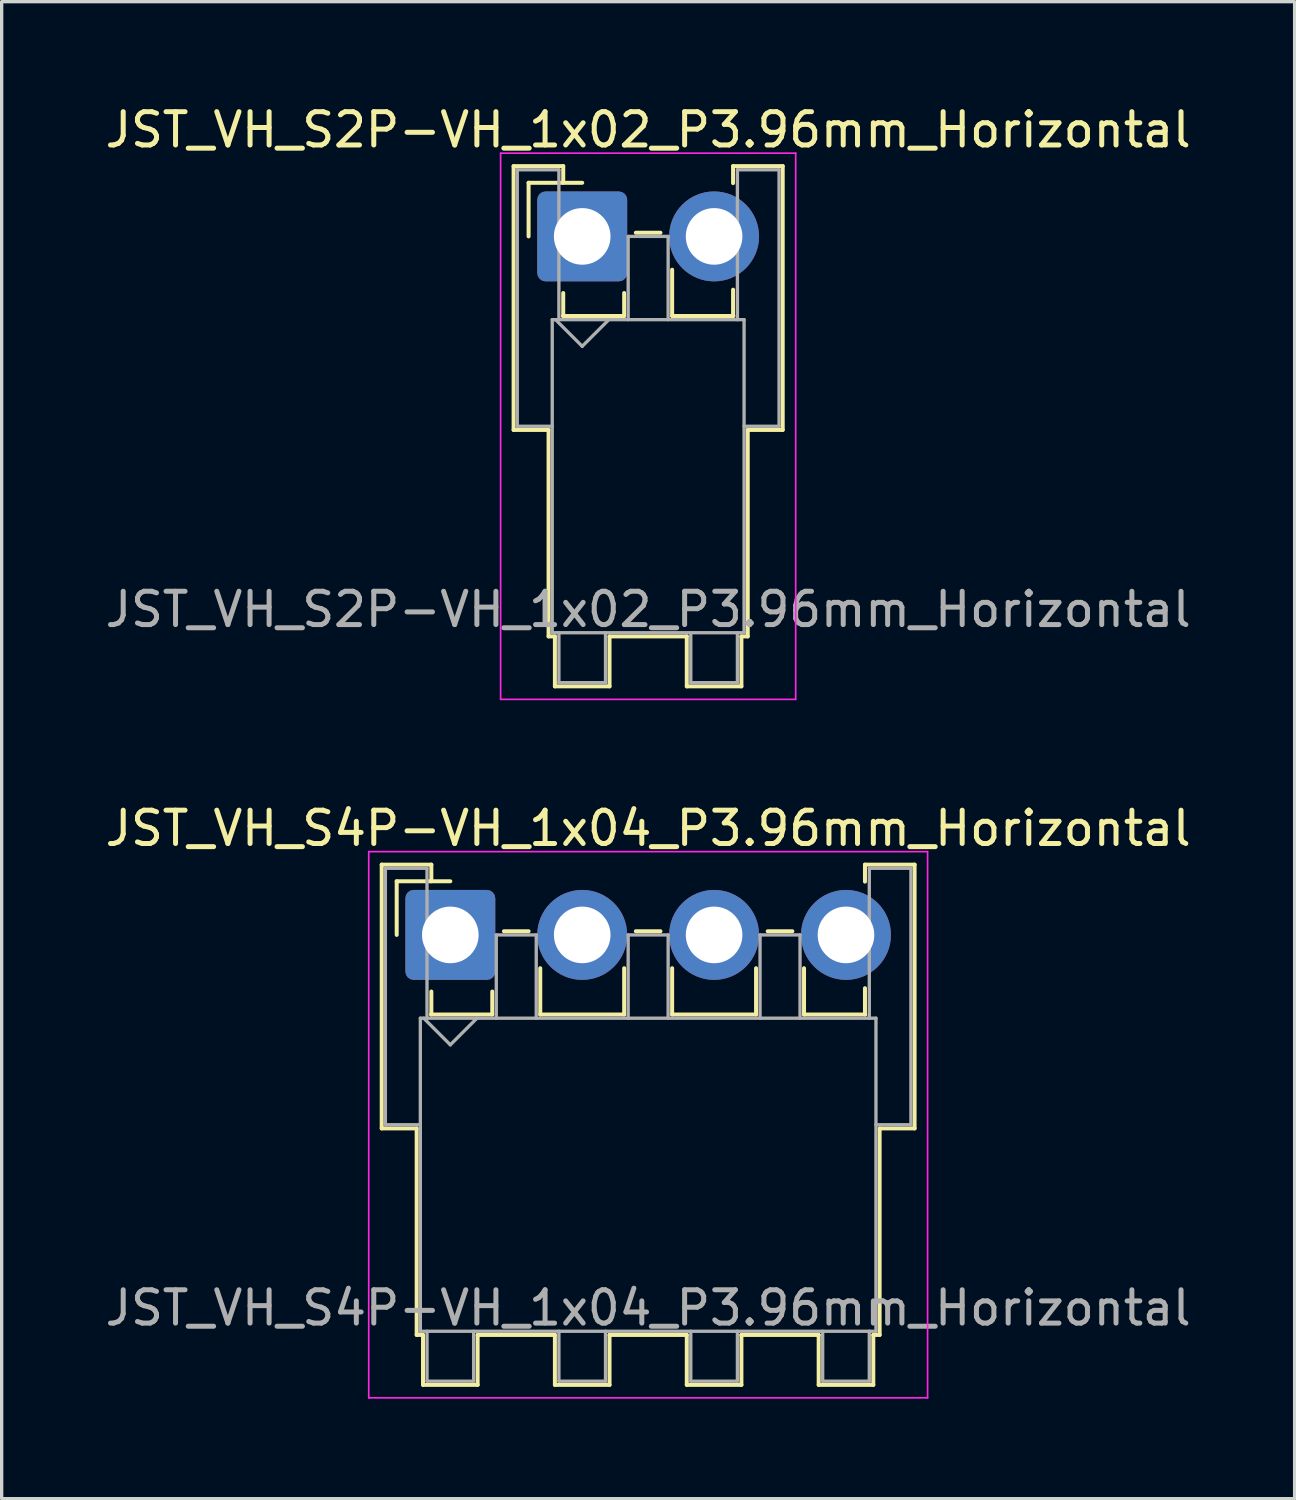
<source format=kicad_pcb>
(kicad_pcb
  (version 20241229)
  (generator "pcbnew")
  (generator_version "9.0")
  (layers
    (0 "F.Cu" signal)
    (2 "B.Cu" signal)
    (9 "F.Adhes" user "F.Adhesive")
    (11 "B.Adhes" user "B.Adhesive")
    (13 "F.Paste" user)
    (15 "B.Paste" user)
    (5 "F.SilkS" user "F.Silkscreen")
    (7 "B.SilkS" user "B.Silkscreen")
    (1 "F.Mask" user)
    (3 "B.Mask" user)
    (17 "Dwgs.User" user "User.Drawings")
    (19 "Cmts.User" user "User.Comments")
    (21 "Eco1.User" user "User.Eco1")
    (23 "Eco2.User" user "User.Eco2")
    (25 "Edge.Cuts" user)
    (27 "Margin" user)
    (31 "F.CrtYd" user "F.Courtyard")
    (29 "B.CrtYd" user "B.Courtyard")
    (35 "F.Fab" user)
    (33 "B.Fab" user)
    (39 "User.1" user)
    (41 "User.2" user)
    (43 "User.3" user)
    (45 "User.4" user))
  (footprint "JST_VH_S2P-VH_1x02_P3.96mm_Horizontal"
    (layer "F.Cu")
    (at 14.431 4.048)
    (property "Reference" "JST_VH_S2P-VH_1x02_P3.96mm_Horizontal" (at 1.98 -3.2 0) (layer "F.SilkS") (effects (font (size 1 1) (thickness 0.15))))
    (attr through_hole)
    (fp_line (start -2.06 -2.11) (end -0.57 -2.11) (stroke (width 0.12) (type solid)) (layer "F.SilkS"))
    (fp_line (start -2.06 5.81) (end -2.06 -2.11) (stroke (width 0.12) (type solid)) (layer "F.SilkS"))
    (fp_line (start -1.61 -1.61) (end -1.61 0) (stroke (width 0.12) (type solid)) (layer "F.SilkS"))
    (fp_line (start -1.01 5.81) (end -2.06 5.81) (stroke (width 0.12) (type solid)) (layer "F.SilkS"))
    (fp_line (start -1.01 5.81) (end -1.01 12.01) (stroke (width 0.12) (type solid)) (layer "F.SilkS"))
    (fp_line (start -1.01 12.01) (end -0.82 12.01) (stroke (width 0.12) (type solid)) (layer "F.SilkS"))
    (fp_line (start -0.82 12.01) (end -0.82 13.51) (stroke (width 0.12) (type solid)) (layer "F.SilkS"))
    (fp_line (start -0.82 13.51) (end 0.82 13.51) (stroke (width 0.12) (type solid)) (layer "F.SilkS"))
    (fp_line (start -0.58 2.39) (end 1.26 2.39) (stroke (width 0.12) (type solid)) (layer "F.SilkS"))
    (fp_line (start -0.57 -2.11) (end -0.57 -1.61) (stroke (width 0.12) (type solid)) (layer "F.SilkS"))
    (fp_line (start -0.57 1.7) (end -0.57 2.39) (stroke (width 0.12) (type solid)) (layer "F.SilkS"))
    (fp_line (start 0 -1.61) (end -1.61 -1.61) (stroke (width 0.12) (type solid)) (layer "F.SilkS"))
    (fp_line (start 0.82 12.01) (end 3.14 12.01) (stroke (width 0.12) (type solid)) (layer "F.SilkS"))
    (fp_line (start 0.82 13.51) (end 0.82 12.01) (stroke (width 0.12) (type solid)) (layer "F.SilkS"))
    (fp_line (start 1.26 2.39) (end 1.26 1.7) (stroke (width 0.12) (type solid)) (layer "F.SilkS"))
    (fp_line (start 1.61 -0.11) (end 2.35 -0.11) (stroke (width 0.12) (type solid)) (layer "F.SilkS"))
    (fp_line (start 2.7 1) (end 2.7 2.39) (stroke (width 0.12) (type solid)) (layer "F.SilkS"))
    (fp_line (start 2.7 2.39) (end 4.54 2.39) (stroke (width 0.12) (type solid)) (layer "F.SilkS"))
    (fp_line (start 3.14 12.01) (end 3.14 13.51) (stroke (width 0.12) (type solid)) (layer "F.SilkS"))
    (fp_line (start 3.14 13.51) (end 4.78 13.51) (stroke (width 0.12) (type solid)) (layer "F.SilkS"))
    (fp_line (start 4.53 -2.11) (end 6.02 -2.11) (stroke (width 0.12) (type solid)) (layer "F.SilkS"))
    (fp_line (start 4.53 -1.6) (end 4.53 -2.11) (stroke (width 0.12) (type solid)) (layer "F.SilkS"))
    (fp_line (start 4.53 2.39) (end 4.53 1.6) (stroke (width 0.12) (type solid)) (layer "F.SilkS"))
    (fp_line (start 4.78 12.01) (end 4.97 12.01) (stroke (width 0.12) (type solid)) (layer "F.SilkS"))
    (fp_line (start 4.78 13.51) (end 4.78 12.01) (stroke (width 0.12) (type solid)) (layer "F.SilkS"))
    (fp_line (start 4.97 12.01) (end 4.97 5.81) (stroke (width 0.12) (type solid)) (layer "F.SilkS"))
    (fp_line (start 6.02 -2.11) (end 6.02 5.81) (stroke (width 0.12) (type solid)) (layer "F.SilkS"))
    (fp_line (start 6.02 5.81) (end 4.97 5.81) (stroke (width 0.12) (type solid)) (layer "F.SilkS"))
    (fp_line (start -2.45 -2.5) (end -2.45 13.9) (stroke (width 0.05) (type solid)) (layer "F.CrtYd"))
    (fp_line (start -2.45 13.9) (end 6.41 13.9) (stroke (width 0.05) (type solid)) (layer "F.CrtYd"))
    (fp_line (start 6.41 -2.5) (end -2.45 -2.5) (stroke (width 0.05) (type solid)) (layer "F.CrtYd"))
    (fp_line (start 6.41 13.9) (end 6.41 -2.5) (stroke (width 0.05) (type solid)) (layer "F.CrtYd"))
    (fp_line (start -1.95 -2) (end -0.7 -2) (stroke (width 0.1) (type solid)) (layer "F.Fab"))
    (fp_line (start -1.95 5.7) (end -1.95 -2) (stroke (width 0.1) (type solid)) (layer "F.Fab"))
    (fp_line (start -0.9 2.5) (end -0.9 11.9) (stroke (width 0.1) (type solid)) (layer "F.Fab"))
    (fp_line (start -0.9 5.7) (end -1.95 5.7) (stroke (width 0.1) (type solid)) (layer "F.Fab"))
    (fp_line (start -0.9 11.9) (end 4.86 11.9) (stroke (width 0.1) (type solid)) (layer "F.Fab"))
    (fp_line (start -0.8 2.5) (end 0 3.3) (stroke (width 0.1) (type solid)) (layer "F.Fab"))
    (fp_line (start -0.7 -2) (end -0.7 2.5) (stroke (width 0.1) (type solid)) (layer "F.Fab"))
    (fp_line (start -0.7 11.9) (end -0.7 13.4) (stroke (width 0.1) (type solid)) (layer "F.Fab"))
    (fp_line (start -0.7 13.4) (end 0.7 13.4) (stroke (width 0.1) (type solid)) (layer "F.Fab"))
    (fp_line (start 0 3.3) (end 0.8 2.5) (stroke (width 0.1) (type solid)) (layer "F.Fab"))
    (fp_line (start 0.7 13.4) (end 0.7 11.9) (stroke (width 0.1) (type solid)) (layer "F.Fab"))
    (fp_line (start 1.38 0) (end 2.58 0) (stroke (width 0.1) (type solid)) (layer "F.Fab"))
    (fp_line (start 1.38 2.5) (end 1.38 0) (stroke (width 0.1) (type solid)) (layer "F.Fab"))
    (fp_line (start 2.58 0) (end 2.58 2.5) (stroke (width 0.1) (type solid)) (layer "F.Fab"))
    (fp_line (start 3.26 11.9) (end 3.26 13.4) (stroke (width 0.1) (type solid)) (layer "F.Fab"))
    (fp_line (start 3.26 13.4) (end 4.66 13.4) (stroke (width 0.1) (type solid)) (layer "F.Fab"))
    (fp_line (start 4.66 -2) (end 5.91 -2) (stroke (width 0.1) (type solid)) (layer "F.Fab"))
    (fp_line (start 4.66 2.5) (end 4.66 -2) (stroke (width 0.1) (type solid)) (layer "F.Fab"))
    (fp_line (start 4.66 13.4) (end 4.66 11.9) (stroke (width 0.1) (type solid)) (layer "F.Fab"))
    (fp_line (start 4.86 2.5) (end -0.9 2.5) (stroke (width 0.1) (type solid)) (layer "F.Fab"))
    (fp_line (start 4.86 11.9) (end 4.86 2.5) (stroke (width 0.1) (type solid)) (layer "F.Fab"))
    (fp_line (start 5.91 -2) (end 5.91 5.7) (stroke (width 0.1) (type solid)) (layer "F.Fab"))
    (fp_line (start 5.91 5.7) (end 4.86 5.7) (stroke (width 0.1) (type solid)) (layer "F.Fab"))
    (fp_text user "${REFERENCE}" (at 1.98 11.2 0) (layer "F.Fab") (effects (font (size 1 1) (thickness 0.15))))
    (pad "1" thru_hole roundrect (at 0 0) (size 2.7 2.7) (drill 1.7) (layers "*.Cu" "*.Mask") (roundrect_rratio 0.093))
    (pad "2" thru_hole circle (at 3.96 0) (size 2.7 2.7) (drill 1.7) (layers "*.Cu" "*.Mask")))
  (footprint "JST_VH_S4P-VH_1x04_P3.96mm_Horizontal"
    (layer "F.Cu")
    (at 10.471 25.021)
    (property "Reference" "JST_VH_S4P-VH_1x04_P3.96mm_Horizontal" (at 5.94 -3.2 0) (layer "F.SilkS") (effects (font (size 1 1) (thickness 0.15))))
    (attr through_hole)
    (fp_line (start -2.06 -2.11) (end -0.57 -2.11) (stroke (width 0.12) (type solid)) (layer "F.SilkS"))
    (fp_line (start -2.06 5.81) (end -2.06 -2.11) (stroke (width 0.12) (type solid)) (layer "F.SilkS"))
    (fp_line (start -1.61 -1.61) (end -1.61 0) (stroke (width 0.12) (type solid)) (layer "F.SilkS"))
    (fp_line (start -1.01 5.81) (end -2.06 5.81) (stroke (width 0.12) (type solid)) (layer "F.SilkS"))
    (fp_line (start -1.01 5.81) (end -1.01 12.01) (stroke (width 0.12) (type solid)) (layer "F.SilkS"))
    (fp_line (start -1.01 12.01) (end -0.82 12.01) (stroke (width 0.12) (type solid)) (layer "F.SilkS"))
    (fp_line (start -0.82 12.01) (end -0.82 13.51) (stroke (width 0.12) (type solid)) (layer "F.SilkS"))
    (fp_line (start -0.82 13.51) (end 0.82 13.51) (stroke (width 0.12) (type solid)) (layer "F.SilkS"))
    (fp_line (start -0.58 2.39) (end 1.26 2.39) (stroke (width 0.12) (type solid)) (layer "F.SilkS"))
    (fp_line (start -0.57 -2.11) (end -0.57 -1.61) (stroke (width 0.12) (type solid)) (layer "F.SilkS"))
    (fp_line (start -0.57 1.7) (end -0.57 2.39) (stroke (width 0.12) (type solid)) (layer "F.SilkS"))
    (fp_line (start 0 -1.61) (end -1.61 -1.61) (stroke (width 0.12) (type solid)) (layer "F.SilkS"))
    (fp_line (start 0.82 12.01) (end 3.14 12.01) (stroke (width 0.12) (type solid)) (layer "F.SilkS"))
    (fp_line (start 0.82 13.51) (end 0.82 12.01) (stroke (width 0.12) (type solid)) (layer "F.SilkS"))
    (fp_line (start 1.26 2.39) (end 1.26 1.7) (stroke (width 0.12) (type solid)) (layer "F.SilkS"))
    (fp_line (start 1.61 -0.11) (end 2.35 -0.11) (stroke (width 0.12) (type solid)) (layer "F.SilkS"))
    (fp_line (start 2.7 1) (end 2.7 2.39) (stroke (width 0.12) (type solid)) (layer "F.SilkS"))
    (fp_line (start 2.7 2.39) (end 5.22 2.39) (stroke (width 0.12) (type solid)) (layer "F.SilkS"))
    (fp_line (start 3.14 12.01) (end 3.14 13.51) (stroke (width 0.12) (type solid)) (layer "F.SilkS"))
    (fp_line (start 3.14 13.51) (end 4.78 13.51) (stroke (width 0.12) (type solid)) (layer "F.SilkS"))
    (fp_line (start 4.78 12.01) (end 7.1 12.01) (stroke (width 0.12) (type solid)) (layer "F.SilkS"))
    (fp_line (start 4.78 13.51) (end 4.78 12.01) (stroke (width 0.12) (type solid)) (layer "F.SilkS"))
    (fp_line (start 5.22 2.39) (end 5.22 1) (stroke (width 0.12) (type solid)) (layer "F.SilkS"))
    (fp_line (start 5.57 -0.11) (end 6.31 -0.11) (stroke (width 0.12) (type solid)) (layer "F.SilkS"))
    (fp_line (start 6.66 1) (end 6.66 2.39) (stroke (width 0.12) (type solid)) (layer "F.SilkS"))
    (fp_line (start 6.66 2.39) (end 9.18 2.39) (stroke (width 0.12) (type solid)) (layer "F.SilkS"))
    (fp_line (start 7.1 12.01) (end 7.1 13.51) (stroke (width 0.12) (type solid)) (layer "F.SilkS"))
    (fp_line (start 7.1 13.51) (end 8.74 13.51) (stroke (width 0.12) (type solid)) (layer "F.SilkS"))
    (fp_line (start 8.74 12.01) (end 11.06 12.01) (stroke (width 0.12) (type solid)) (layer "F.SilkS"))
    (fp_line (start 8.74 13.51) (end 8.74 12.01) (stroke (width 0.12) (type solid)) (layer "F.SilkS"))
    (fp_line (start 9.18 2.39) (end 9.18 1) (stroke (width 0.12) (type solid)) (layer "F.SilkS"))
    (fp_line (start 9.53 -0.11) (end 10.27 -0.11) (stroke (width 0.12) (type solid)) (layer "F.SilkS"))
    (fp_line (start 10.62 1) (end 10.62 2.39) (stroke (width 0.12) (type solid)) (layer "F.SilkS"))
    (fp_line (start 10.62 2.39) (end 12.46 2.39) (stroke (width 0.12) (type solid)) (layer "F.SilkS"))
    (fp_line (start 11.06 12.01) (end 11.06 13.51) (stroke (width 0.12) (type solid)) (layer "F.SilkS"))
    (fp_line (start 11.06 13.51) (end 12.7 13.51) (stroke (width 0.12) (type solid)) (layer "F.SilkS"))
    (fp_line (start 12.45 -2.11) (end 13.94 -2.11) (stroke (width 0.12) (type solid)) (layer "F.SilkS"))
    (fp_line (start 12.45 -1.6) (end 12.45 -2.11) (stroke (width 0.12) (type solid)) (layer "F.SilkS"))
    (fp_line (start 12.45 2.39) (end 12.45 1.6) (stroke (width 0.12) (type solid)) (layer "F.SilkS"))
    (fp_line (start 12.7 12.01) (end 12.89 12.01) (stroke (width 0.12) (type solid)) (layer "F.SilkS"))
    (fp_line (start 12.7 13.51) (end 12.7 12.01) (stroke (width 0.12) (type solid)) (layer "F.SilkS"))
    (fp_line (start 12.89 12.01) (end 12.89 5.81) (stroke (width 0.12) (type solid)) (layer "F.SilkS"))
    (fp_line (start 13.94 -2.11) (end 13.94 5.81) (stroke (width 0.12) (type solid)) (layer "F.SilkS"))
    (fp_line (start 13.94 5.81) (end 12.89 5.81) (stroke (width 0.12) (type solid)) (layer "F.SilkS"))
    (fp_line (start -2.45 -2.5) (end -2.45 13.9) (stroke (width 0.05) (type solid)) (layer "F.CrtYd"))
    (fp_line (start -2.45 13.9) (end 14.33 13.9) (stroke (width 0.05) (type solid)) (layer "F.CrtYd"))
    (fp_line (start 14.33 -2.5) (end -2.45 -2.5) (stroke (width 0.05) (type solid)) (layer "F.CrtYd"))
    (fp_line (start 14.33 13.9) (end 14.33 -2.5) (stroke (width 0.05) (type solid)) (layer "F.CrtYd"))
    (fp_line (start -1.95 -2) (end -0.7 -2) (stroke (width 0.1) (type solid)) (layer "F.Fab"))
    (fp_line (start -1.95 5.7) (end -1.95 -2) (stroke (width 0.1) (type solid)) (layer "F.Fab"))
    (fp_line (start -0.9 2.5) (end -0.9 11.9) (stroke (width 0.1) (type solid)) (layer "F.Fab"))
    (fp_line (start -0.9 5.7) (end -1.95 5.7) (stroke (width 0.1) (type solid)) (layer "F.Fab"))
    (fp_line (start -0.9 11.9) (end 12.78 11.9) (stroke (width 0.1) (type solid)) (layer "F.Fab"))
    (fp_line (start -0.8 2.5) (end 0 3.3) (stroke (width 0.1) (type solid)) (layer "F.Fab"))
    (fp_line (start -0.7 -2) (end -0.7 2.5) (stroke (width 0.1) (type solid)) (layer "F.Fab"))
    (fp_line (start -0.7 11.9) (end -0.7 13.4) (stroke (width 0.1) (type solid)) (layer "F.Fab"))
    (fp_line (start -0.7 13.4) (end 0.7 13.4) (stroke (width 0.1) (type solid)) (layer "F.Fab"))
    (fp_line (start 0 3.3) (end 0.8 2.5) (stroke (width 0.1) (type solid)) (layer "F.Fab"))
    (fp_line (start 0.7 13.4) (end 0.7 11.9) (stroke (width 0.1) (type solid)) (layer "F.Fab"))
    (fp_line (start 1.38 0) (end 2.58 0) (stroke (width 0.1) (type solid)) (layer "F.Fab"))
    (fp_line (start 1.38 2.5) (end 1.38 0) (stroke (width 0.1) (type solid)) (layer "F.Fab"))
    (fp_line (start 2.58 0) (end 2.58 2.5) (stroke (width 0.1) (type solid)) (layer "F.Fab"))
    (fp_line (start 3.26 11.9) (end 3.26 13.4) (stroke (width 0.1) (type solid)) (layer "F.Fab"))
    (fp_line (start 3.26 13.4) (end 4.66 13.4) (stroke (width 0.1) (type solid)) (layer "F.Fab"))
    (fp_line (start 4.66 13.4) (end 4.66 11.9) (stroke (width 0.1) (type solid)) (layer "F.Fab"))
    (fp_line (start 5.34 0) (end 6.54 0) (stroke (width 0.1) (type solid)) (layer "F.Fab"))
    (fp_line (start 5.34 2.5) (end 5.34 0) (stroke (width 0.1) (type solid)) (layer "F.Fab"))
    (fp_line (start 6.54 0) (end 6.54 2.5) (stroke (width 0.1) (type solid)) (layer "F.Fab"))
    (fp_line (start 7.22 11.9) (end 7.22 13.4) (stroke (width 0.1) (type solid)) (layer "F.Fab"))
    (fp_line (start 7.22 13.4) (end 8.62 13.4) (stroke (width 0.1) (type solid)) (layer "F.Fab"))
    (fp_line (start 8.62 13.4) (end 8.62 11.9) (stroke (width 0.1) (type solid)) (layer "F.Fab"))
    (fp_line (start 9.3 0) (end 10.5 0) (stroke (width 0.1) (type solid)) (layer "F.Fab"))
    (fp_line (start 9.3 2.5) (end 9.3 0) (stroke (width 0.1) (type solid)) (layer "F.Fab"))
    (fp_line (start 10.5 0) (end 10.5 2.5) (stroke (width 0.1) (type solid)) (layer "F.Fab"))
    (fp_line (start 11.18 11.9) (end 11.18 13.4) (stroke (width 0.1) (type solid)) (layer "F.Fab"))
    (fp_line (start 11.18 13.4) (end 12.58 13.4) (stroke (width 0.1) (type solid)) (layer "F.Fab"))
    (fp_line (start 12.58 -2) (end 13.83 -2) (stroke (width 0.1) (type solid)) (layer "F.Fab"))
    (fp_line (start 12.58 2.5) (end 12.58 -2) (stroke (width 0.1) (type solid)) (layer "F.Fab"))
    (fp_line (start 12.58 13.4) (end 12.58 11.9) (stroke (width 0.1) (type solid)) (layer "F.Fab"))
    (fp_line (start 12.78 2.5) (end -0.9 2.5) (stroke (width 0.1) (type solid)) (layer "F.Fab"))
    (fp_line (start 12.78 11.9) (end 12.78 2.5) (stroke (width 0.1) (type solid)) (layer "F.Fab"))
    (fp_line (start 13.83 -2) (end 13.83 5.7) (stroke (width 0.1) (type solid)) (layer "F.Fab"))
    (fp_line (start 13.83 5.7) (end 12.78 5.7) (stroke (width 0.1) (type solid)) (layer "F.Fab"))
    (fp_text user "${REFERENCE}" (at 5.94 11.2 0) (layer "F.Fab") (effects (font (size 1 1) (thickness 0.15))))
    (pad "1" thru_hole roundrect (at 0 0) (size 2.7 2.7) (drill 1.7) (layers "*.Cu" "*.Mask") (roundrect_rratio 0.093))
    (pad "2" thru_hole circle (at 3.96 0) (size 2.7 2.7) (drill 1.7) (layers "*.Cu" "*.Mask"))
    (pad "3" thru_hole circle (at 7.92 0) (size 2.7 2.7) (drill 1.7) (layers "*.Cu" "*.Mask"))
    (pad "4" thru_hole circle (at 11.88 0) (size 2.7 2.7) (drill 1.7) (layers "*.Cu" "*.Mask")))
  (gr_rect
    (start -3 -3)
    (end 35.821 41.947)
    (stroke (width 0.1) (type default))
    (fill no)
    (layer "Edge.Cuts")))
</source>
